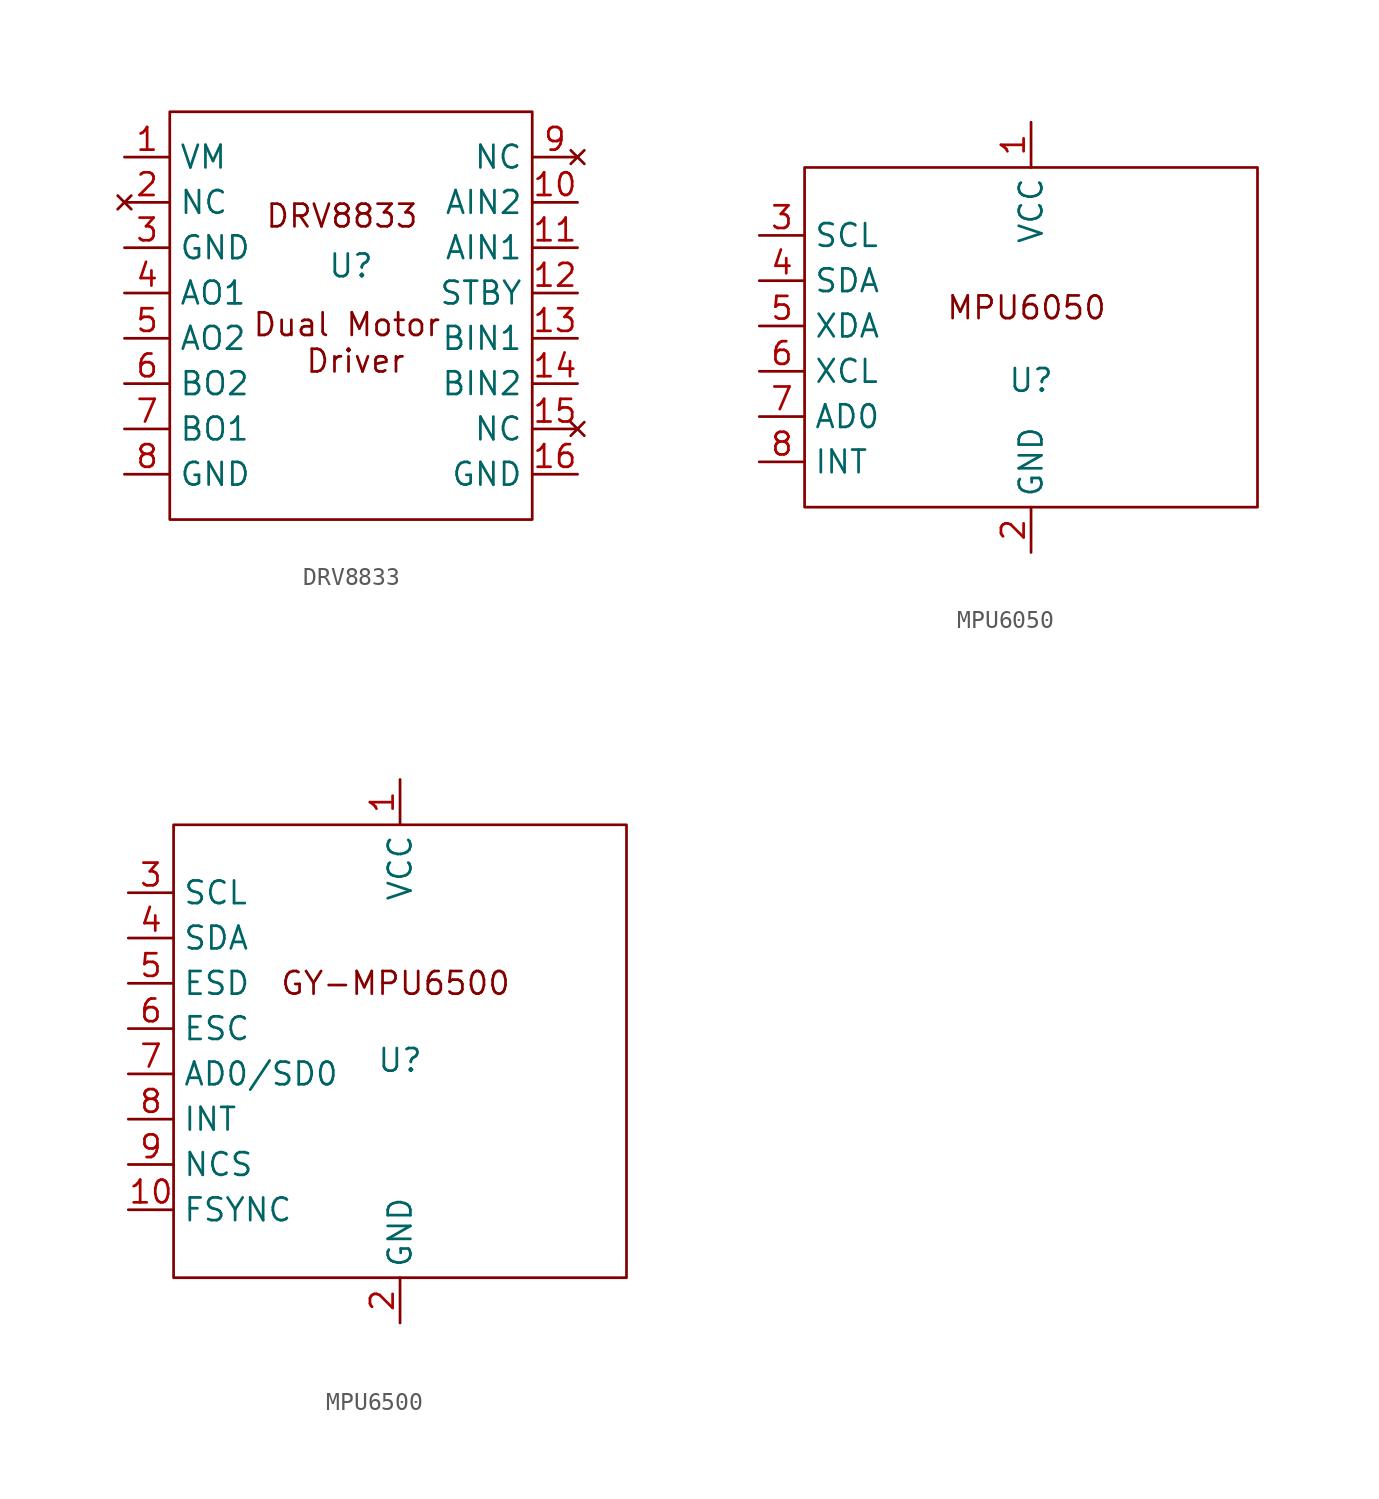
<source format=kicad_sym>
(kicad_symbol_lib
  (version 20241209)
  (generator "kicad_symbol_editor")
  (generator_version "9.0")
  (symbol "DRV8833"
    (property "Reference" "U"
      (at 0 2.794 0)
      (effects (font (size 1.27 1.27))))
    (property "Value" ""
      (at 0 0 0)
      (effects (font (size 1.27 1.27))))
    (symbol "DRV8833_0_1"
      (rectangle (start 10.16 11.43) (end -10.16 -11.43) (stroke (width 0) (type default)) (fill (type none))))
    (symbol "DRV8833_1_1"
      (text "DRV8833\n" (at -0.508 5.588 0) (effects (font (size 1.27 1.27))))
      (text "Dual Motor \nDriver" (at 0.254 -1.524 0) (effects (font (size 1.27 1.27))))
      (pin power_in line (at -12.7 8.89 0) (length 2.54) (name "VM" (effects (font (size 1.27 1.27)))) (number "1" (effects (font (size 1.27 1.27)))))
      (pin no_connect line (at -12.7 6.35 0) (length 2.54) (name "NC" (effects (font (size 1.27 1.27)))) (number "2" (effects (font (size 1.27 1.27)))))
      (pin power_in line (at -12.7 3.81 0) (length 2.54) (name "GND" (effects (font (size 1.27 1.27)))) (number "3" (effects (font (size 1.27 1.27)))))
      (pin output line (at -12.7 1.27 0) (length 2.54) (name "AO1" (effects (font (size 1.27 1.27)))) (number "4" (effects (font (size 1.27 1.27)))))
      (pin output line (at -12.7 -1.27 0) (length 2.54) (name "AO2" (effects (font (size 1.27 1.27)))) (number "5" (effects (font (size 1.27 1.27)))))
      (pin output line (at -12.7 -3.81 0) (length 2.54) (name "BO2" (effects (font (size 1.27 1.27)))) (number "6" (effects (font (size 1.27 1.27)))))
      (pin output line (at -12.7 -6.35 0) (length 2.54) (name "BO1" (effects (font (size 1.27 1.27)))) (number "7" (effects (font (size 1.27 1.27)))))
      (pin power_in line (at -12.7 -8.89 0) (length 2.54) (name "GND" (effects (font (size 1.27 1.27)))) (number "8" (effects (font (size 1.27 1.27)))))
      (pin no_connect line (at 12.7 8.89 180) (length 2.54) (name "NC" (effects (font (size 1.27 1.27)))) (number "9" (effects (font (size 1.27 1.27)))))
      (pin input line (at 12.7 6.35 180) (length 2.54) (name "AIN2" (effects (font (size 1.27 1.27)))) (number "10" (effects (font (size 1.27 1.27)))))
      (pin input line (at 12.7 3.81 180) (length 2.54) (name "AIN1" (effects (font (size 1.27 1.27)))) (number "11" (effects (font (size 1.27 1.27)))))
      (pin input line (at 12.7 1.27 180) (length 2.54) (name "STBY" (effects (font (size 1.27 1.27)))) (number "12" (effects (font (size 1.27 1.27)))))
      (pin input line (at 12.7 -1.27 180) (length 2.54) (name "BIN1" (effects (font (size 1.27 1.27)))) (number "13" (effects (font (size 1.27 1.27)))))
      (pin input line (at 12.7 -3.81 180) (length 2.54) (name "BIN2" (effects (font (size 1.27 1.27)))) (number "14" (effects (font (size 1.27 1.27)))))
      (pin no_connect line (at 12.7 -6.35 180) (length 2.54) (name "NC" (effects (font (size 1.27 1.27)))) (number "15" (effects (font (size 1.27 1.27)))))
      (pin power_in line (at 12.7 -8.89 180) (length 2.54) (name "GND" (effects (font (size 1.27 1.27)))) (number "16" (effects (font (size 1.27 1.27)))))))
  (symbol "MPU6050"
    (property "Reference" "U"
      (at 0 0.762 0)
      (effects (font (size 1.27 1.27))))
    (property "Value" ""
      (at -8.89 0 0)
      (effects (font (size 1.27 1.27))))
    (symbol "MPU6050_0_1"
      (rectangle (start -12.7 12.7) (end 12.7 -6.35) (stroke (width 0) (type default)) (fill (type none))))
    (symbol "MPU6050_1_1"
      (text "MPU6050\n\n" (at -0.254 3.81 0) (effects (font (size 1.27 1.27))))
      (pin bidirectional line (at -15.24 8.89 0) (length 2.54) (name "SCL" (effects (font (size 1.27 1.27)))) (number "3" (effects (font (size 1.27 1.27)))))
      (pin bidirectional line (at -15.24 6.35 0) (length 2.54) (name "SDA" (effects (font (size 1.27 1.27)))) (number "4" (effects (font (size 1.27 1.27)))))
      (pin bidirectional line (at -15.24 3.81 0) (length 2.54) (name "XDA" (effects (font (size 1.27 1.27)))) (number "5" (effects (font (size 1.27 1.27)))))
      (pin bidirectional line (at -15.24 1.27 0) (length 2.54) (name "XCL" (effects (font (size 1.27 1.27)))) (number "6" (effects (font (size 1.27 1.27)))))
      (pin bidirectional line (at -15.24 -1.27 0) (length 2.54) (name "AD0" (effects (font (size 1.27 1.27)))) (number "7" (effects (font (size 1.27 1.27)))))
      (pin bidirectional line (at -15.24 -3.81 0) (length 2.54) (name "INT" (effects (font (size 1.27 1.27)))) (number "8" (effects (font (size 1.27 1.27)))))
      (pin power_in line (at 0 15.24 270) (length 2.54) (name "VCC" (effects (font (size 1.27 1.27)))) (number "1" (effects (font (size 1.27 1.27)))))
      (pin power_in line (at 0 -8.89 90) (length 2.54) (name "GND" (effects (font (size 1.27 1.27)))) (number "2" (effects (font (size 1.27 1.27)))))))
  (symbol "MPU6500"
    (property "Reference" "U"
      (at 0 -0.508 0)
      (effects (font (size 1.27 1.27))))
    (property "Value" ""
      (at -8.89 0 0)
      (effects (font (size 1.27 1.27))))
    (symbol "MPU6500_0_1"
      (rectangle (start -12.7 12.7) (end 12.7 -12.7) (stroke (width 0) (type default)) (fill (type none))))
    (symbol "MPU6500_1_1"
      (text "GY-MPU6500\n" (at -0.254 3.81 0) (effects (font (size 1.27 1.27))))
      (pin bidirectional line (at -15.24 8.89 0) (length 2.54) (name "SCL" (effects (font (size 1.27 1.27)))) (number "3" (effects (font (size 1.27 1.27)))))
      (pin bidirectional line (at -15.24 6.35 0) (length 2.54) (name "SDA" (effects (font (size 1.27 1.27)))) (number "4" (effects (font (size 1.27 1.27)))))
      (pin bidirectional line (at -15.24 3.81 0) (length 2.54) (name "ESD" (effects (font (size 1.27 1.27)))) (number "5" (effects (font (size 1.27 1.27)))))
      (pin bidirectional line (at -15.24 1.27 0) (length 2.54) (name "ESC" (effects (font (size 1.27 1.27)))) (number "6" (effects (font (size 1.27 1.27)))))
      (pin bidirectional line (at -15.24 -1.27 0) (length 2.54) (name "AD0/SD0" (effects (font (size 1.27 1.27)))) (number "7" (effects (font (size 1.27 1.27)))))
      (pin bidirectional line (at -15.24 -3.81 0) (length 2.54) (name "INT" (effects (font (size 1.27 1.27)))) (number "8" (effects (font (size 1.27 1.27)))))
      (pin bidirectional line (at -15.24 -6.35 0) (length 2.54) (name "NCS" (effects (font (size 1.27 1.27)))) (number "9" (effects (font (size 1.27 1.27)))))
      (pin bidirectional line (at -15.24 -8.89 0) (length 2.54) (name "FSYNC" (effects (font (size 1.27 1.27)))) (number "10" (effects (font (size 1.27 1.27)))))
      (pin power_in line (at 0 15.24 270) (length 2.54) (name "VCC" (effects (font (size 1.27 1.27)))) (number "1" (effects (font (size 1.27 1.27)))))
      (pin power_in line (at 0 -15.24 90) (length 2.54) (name "GND" (effects (font (size 1.27 1.27)))) (number "2" (effects (font (size 1.27 1.27))))))))
</source>
